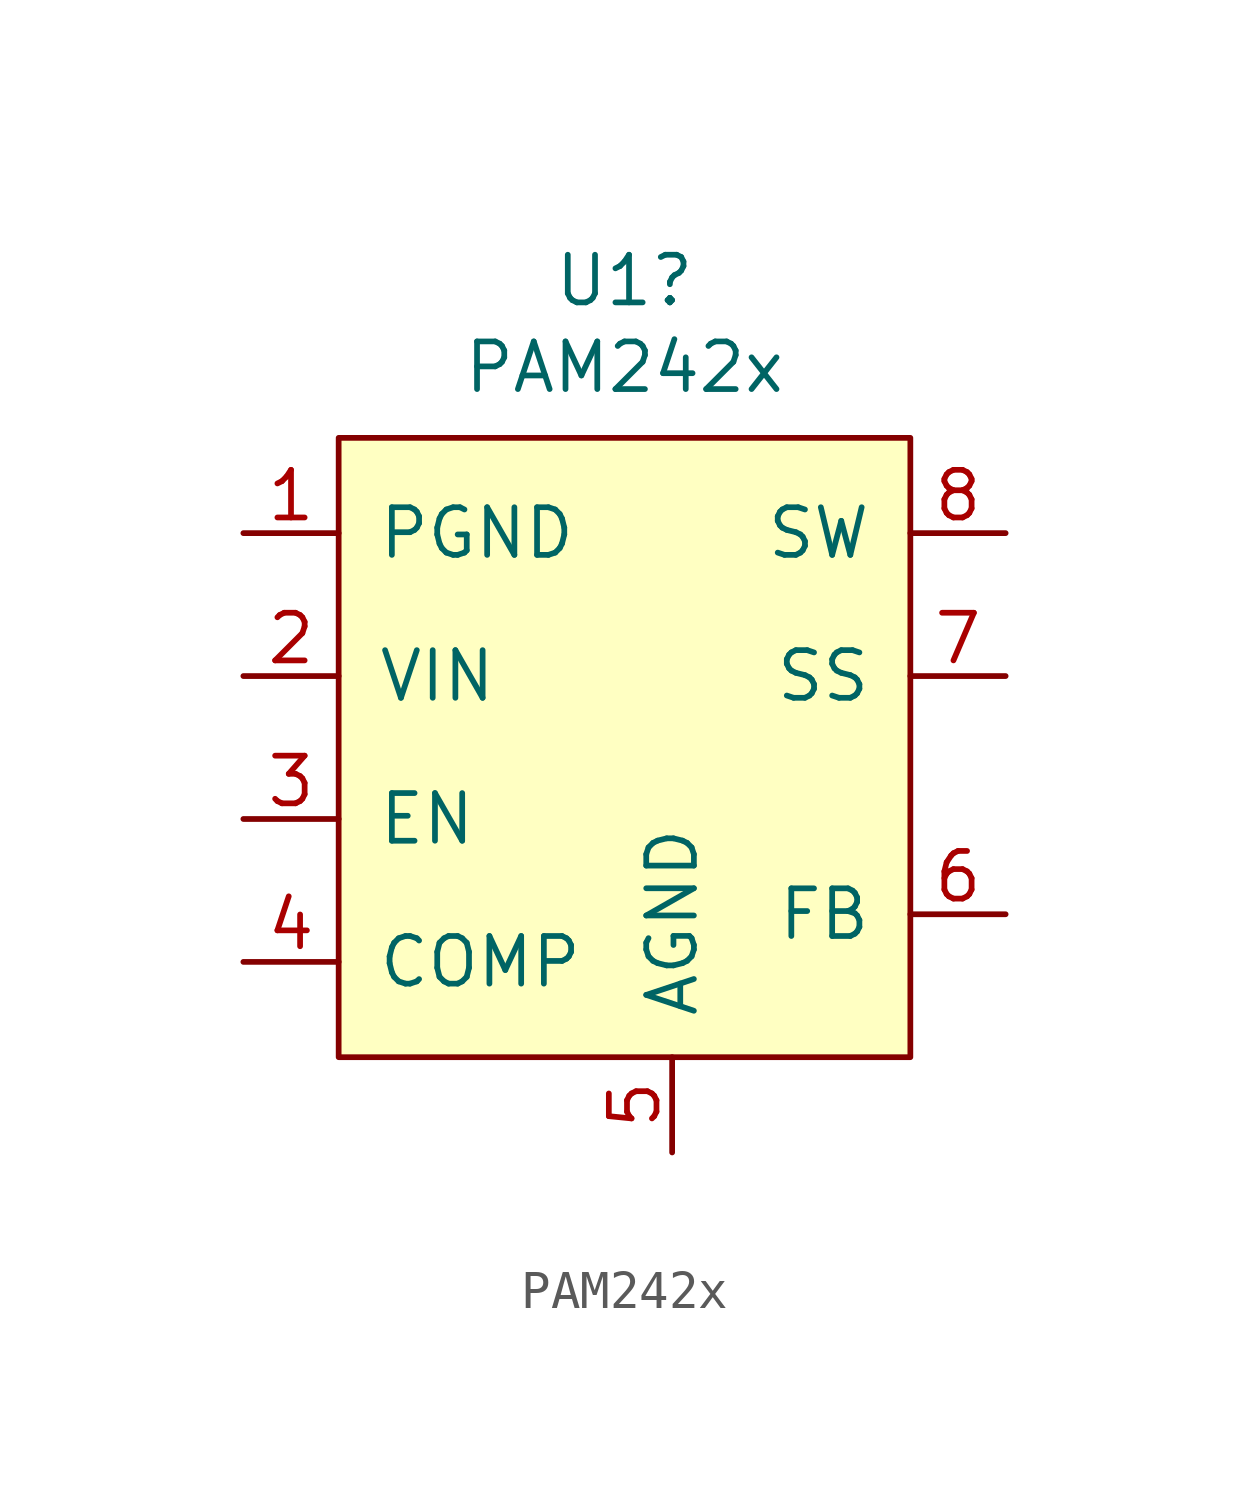
<source format=kicad_sym>
(kicad_symbol_lib
  (version 20211014)
  (generator kicad_symbol_editor)
  (symbol "PAM242x"
    (pin_names
      (offset 1.016))
    (property "Reference" "U1"
      (at 0 11.811 0)
      (effects (font (size 1.27 1.27))))
    (property "Value" "PAM242x"
      (at 0 9.5 0)
      (effects (font (size 1.27 1.27))))
    (symbol "PAM242x_0_1"
      (rectangle (start -7.62 7.62) (end 7.62 -8.89) (stroke (width 0) (type default) (color 0 0 0 0)) (fill (type background))))
    (symbol "PAM242x_1_1"
      (pin power_in line (at -10.16 5.08 0) (length 2.54) (name "PGND" (effects (font (size 1.27 1.27)))) (number "1" (effects (font (size 1.27 1.27)))))
      (pin power_in line (at -10.16 1.27 0) (length 2.54) (name "VIN" (effects (font (size 1.27 1.27)))) (number "2" (effects (font (size 1.27 1.27)))))
      (pin input line (at -10.16 -2.54 0) (length 2.54) (name "EN" (effects (font (size 1.27 1.27)))) (number "3" (effects (font (size 1.27 1.27)))))
      (pin input line (at -10.16 -6.35 0) (length 2.54) (name "COMP" (effects (font (size 1.27 1.27)))) (number "4" (effects (font (size 1.27 1.27)))))
      (pin power_in line (at 1.27 -11.43 90) (length 2.54) (name "AGND" (effects (font (size 1.27 1.27)))) (number "5" (effects (font (size 1.27 1.27)))))
      (pin input line (at 10.16 -5.08 180) (length 2.54) (name "FB" (effects (font (size 1.27 1.27)))) (number "6" (effects (font (size 1.27 1.27)))))
      (pin input line (at 10.16 1.27 180) (length 2.54) (name "SS" (effects (font (size 1.27 1.27)))) (number "7" (effects (font (size 1.27 1.27)))))
      (pin power_out line (at 10.16 5.08 180) (length 2.54) (name "SW" (effects (font (size 1.27 1.27)))) (number "8" (effects (font (size 1.27 1.27))))))))
</source>
